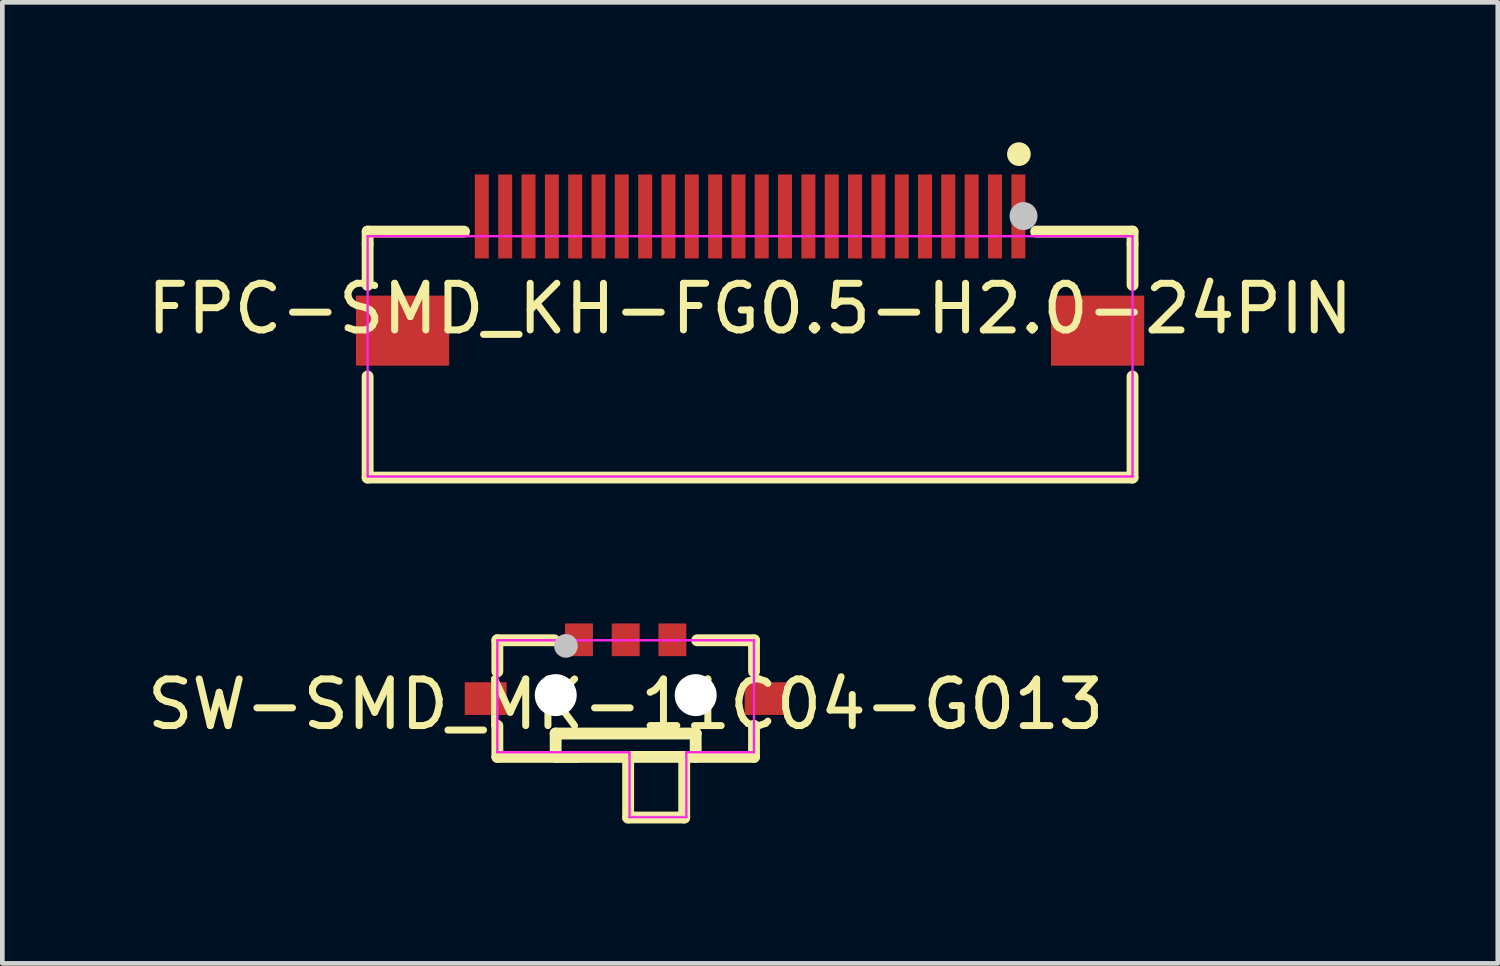
<source format=kicad_pcb>
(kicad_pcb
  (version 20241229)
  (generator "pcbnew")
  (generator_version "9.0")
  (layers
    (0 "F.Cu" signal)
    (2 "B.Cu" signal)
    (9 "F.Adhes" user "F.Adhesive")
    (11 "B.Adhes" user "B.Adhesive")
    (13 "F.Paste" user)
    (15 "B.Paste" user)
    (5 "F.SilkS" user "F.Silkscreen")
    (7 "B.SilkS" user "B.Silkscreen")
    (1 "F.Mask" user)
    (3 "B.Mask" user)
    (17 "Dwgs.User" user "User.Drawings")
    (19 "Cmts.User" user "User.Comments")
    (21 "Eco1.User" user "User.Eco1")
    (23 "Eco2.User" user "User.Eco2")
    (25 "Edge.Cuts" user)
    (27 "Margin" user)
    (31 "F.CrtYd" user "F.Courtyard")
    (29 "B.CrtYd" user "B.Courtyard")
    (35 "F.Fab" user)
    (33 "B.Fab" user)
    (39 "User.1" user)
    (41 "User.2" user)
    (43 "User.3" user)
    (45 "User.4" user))
  (footprint "SW-SMD_MK-11C04-G013"
    (layer "F.Cu")
    (at 10.363 11.296)
    (property "Reference" "SW-SMD_MK-11C04-G013" (at 0 0.754 0) (layer "F.SilkS") (effects (font (size 1 1) (thickness 0.15))))
    (attr through_hole)
    (fp_line (start -2.751 -0.62) (end -1.532 -0.62) (stroke (width 0.254) (type solid)) (layer "F.SilkS"))
    (fp_line (start -2.751 0.048) (end -2.751 -0.62) (stroke (width 0.254) (type solid)) (layer "F.SilkS"))
    (fp_line (start -2.751 1.88) (end -2.751 1.212) (stroke (width 0.254) (type solid)) (layer "F.SilkS"))
    (fp_line (start -2.751 1.88) (end 2.751 1.88) (stroke (width 0.254) (type solid)) (layer "F.SilkS"))
    (fp_line (start -1.501 1.379) (end 1.501 1.379) (stroke (width 0.254) (type solid)) (layer "F.SilkS"))
    (fp_line (start -1.501 1.88) (end -1.501 1.379) (stroke (width 0.254) (type solid)) (layer "F.SilkS"))
    (fp_line (start -1.052 1.88) (end -1.501 1.88) (stroke (width 0.254) (type solid)) (layer "F.SilkS"))
    (fp_line (start 0.053 1.88) (end 0.053 3.18) (stroke (width 0.254) (type solid)) (layer "F.SilkS"))
    (fp_line (start 0.053 3.18) (end 1.255 3.18) (stroke (width 0.254) (type solid)) (layer "F.SilkS"))
    (fp_line (start 1.255 3.18) (end 1.255 1.88) (stroke (width 0.254) (type solid)) (layer "F.SilkS"))
    (fp_line (start 1.501 1.379) (end 1.501 1.88) (stroke (width 0.254) (type solid)) (layer "F.SilkS"))
    (fp_line (start 1.532 -0.62) (end 2.751 -0.62) (stroke (width 0.254) (type solid)) (layer "F.SilkS"))
    (fp_line (start 2.751 -0.62) (end 2.751 0.048) (stroke (width 0.254) (type solid)) (layer "F.SilkS"))
    (fp_line (start 2.751 1.212) (end 2.751 1.88) (stroke (width 0.254) (type solid)) (layer "F.SilkS"))
    (fp_circle (center -1.28 -0.5) (end -1.153 -0.5) (stroke (width 0.254) (type solid)) (fill no) (layer "Dwgs.User"))
    (fp_poly (pts (xy 0.061 1.92) (xy 1.28 1.92) (xy 1.29 1.93) (xy 1.29 3.15) (xy 0.071 3.15) (xy 0.061 3.139)) (stroke (width 0.005) (type solid)) (fill no) (layer "Dwgs.User"))
    (fp_poly (pts (xy -2.649 0.831) (xy -3.251 0.831) (xy -3.251 0.429) (xy -2.649 0.429)) (stroke (width 0.005) (type solid)) (fill no) (layer "Eco2.User"))
    (fp_poly (pts (xy -0.8 -0.759) (xy -0.8 -0.361) (xy -1.199 -0.361) (xy -1.199 -0.759)) (stroke (width 0.005) (type solid)) (fill no) (layer "Eco2.User"))
    (fp_poly (pts (xy 0.201 -0.759) (xy 0.201 -0.361) (xy -0.201 -0.361) (xy -0.201 -0.759)) (stroke (width 0.005) (type solid)) (fill no) (layer "Eco2.User"))
    (fp_poly (pts (xy 1.199 -0.759) (xy 1.199 -0.361) (xy 0.8 -0.361) (xy 0.8 -0.759)) (stroke (width 0.005) (type solid)) (fill no) (layer "Eco2.User"))
    (fp_poly (pts (xy 3.251 0.831) (xy 2.649 0.831) (xy 2.649 0.429) (xy 3.251 0.429)) (stroke (width 0.005) (type solid)) (fill no) (layer "Eco2.User"))
    (fp_poly (pts (xy -3.19 -0.759) (xy -3.191 -0.771) (xy -3.195 -0.783) (xy -3.2 -0.793) (xy -3.208 -0.803) (xy -3.217 -0.81) (xy -3.228 -0.816) (xy -3.239 -0.819) (xy -3.251 -0.82) (xy -3.263 -0.819) (xy -3.275 -0.816) (xy -3.285 -0.81) (xy -3.294 -0.803) (xy -3.302 -0.793) (xy -3.308 -0.783) (xy -3.311 -0.771) (xy -3.312 -0.759) (xy -3.311 -0.748) (xy -3.308 -0.736) (xy -3.302 -0.726) (xy -3.294 -0.716) (xy -3.285 -0.709) (xy -3.275 -0.703) (xy -3.263 -0.7) (xy -3.251 -0.699) (xy -3.239 -0.7) (xy -3.228 -0.703) (xy -3.217 -0.709) (xy -3.208 -0.716) (xy -3.2 -0.726) (xy -3.195 -0.736) (xy -3.191 -0.748)) (stroke (width 0.005) (type solid)) (fill no) (layer "Eco2.User"))
    (fp_line (start -2.751 -0.62) (end 2.751 -0.62) (stroke (width 0.051) (type solid)) (layer "F.CrtYd"))
    (fp_line (start -2.751 1.78) (end -2.751 -0.62) (stroke (width 0.051) (type solid)) (layer "F.CrtYd"))
    (fp_line (start 0.081 1.78) (end -2.751 1.78) (stroke (width 0.051) (type solid)) (layer "F.CrtYd"))
    (fp_line (start 0.081 3.17) (end 0.081 1.78) (stroke (width 0.051) (type solid)) (layer "F.CrtYd"))
    (fp_line (start 1.3 1.78) (end 1.3 3.17) (stroke (width 0.051) (type solid)) (layer "F.CrtYd"))
    (fp_line (start 1.3 3.17) (end 0.081 3.17) (stroke (width 0.051) (type solid)) (layer "F.CrtYd"))
    (fp_line (start 2.751 -0.62) (end 2.751 1.78) (stroke (width 0.051) (type solid)) (layer "F.CrtYd"))
    (fp_line (start 2.751 1.78) (end 1.3 1.78) (stroke (width 0.051) (type solid)) (layer "F.CrtYd"))
    (pad "" np_thru_hole circle (at -1.499 0.556) (size 0.899 0.899) (drill 0.899) (layers "*.Cu" "*.Mask"))
    (pad "" np_thru_hole circle (at 1.501 0.556) (size 0.899 0.899) (drill 0.899) (layers "*.Cu" "*.Mask"))
    (pad "1" smd rect (at -1.001 -0.63 90) (size 0.701 0.599) (layers "F.Cu" "F.Mask" "F.Paste"))
    (pad "2" smd rect (at 1.001 -0.63 90) (size 0.701 0.599) (layers "F.Cu" "F.Mask" "F.Paste"))
    (pad "4" smd rect (at 3 0.63 180) (size 0.899 0.701) (layers "F.Cu" "F.Mask" "F.Paste"))
    (pad "5" smd rect (at -3 0.63 180) (size 0.899 0.701) (layers "F.Cu" "F.Mask" "F.Paste"))
    (pad "C" smd rect (at 0 -0.63 90) (size 0.701 0.599) (layers "F.Cu" "F.Mask" "F.Paste")))
  (footprint "FPC-SMD_KH-FG0.5-H2.0-24PIN"
    (layer "F.Cu")
    (at 13.03 2.814)
    (property "Reference" "FPC-SMD_KH-FG0.5-H2.0-24PIN" (at 0 0.754 0) (layer "F.SilkS") (effects (font (size 1 1) (thickness 0.15))))
    (attr through_hole)
    (fp_line (start -8.199 -0.899) (end -8.199 -0.625) (stroke (width 0.254) (type solid)) (layer "F.SilkS"))
    (fp_line (start -8.199 0.244) (end -8.199 -0.625) (stroke (width 0.254) (type solid)) (layer "F.SilkS"))
    (fp_line (start -8.199 4.374) (end -8.199 2.207) (stroke (width 0.254) (type solid)) (layer "F.SilkS"))
    (fp_line (start -8.199 4.374) (end 8.199 4.374) (stroke (width 0.254) (type solid)) (layer "F.SilkS"))
    (fp_line (start -6.132 -0.899) (end -8.199 -0.899) (stroke (width 0.254) (type solid)) (layer "F.SilkS"))
    (fp_line (start 8.199 -0.899) (end 6.132 -0.899) (stroke (width 0.254) (type solid)) (layer "F.SilkS"))
    (fp_line (start 8.199 -0.625) (end 8.199 -0.899) (stroke (width 0.254) (type solid)) (layer "F.SilkS"))
    (fp_line (start 8.199 0.244) (end 8.199 -0.625) (stroke (width 0.254) (type solid)) (layer "F.SilkS"))
    (fp_line (start 8.199 4.374) (end 8.199 2.207) (stroke (width 0.254) (type solid)) (layer "F.SilkS"))
    (fp_circle (center 5.763 -2.56) (end 5.89 -2.56) (stroke (width 0.254) (type solid)) (fill no) (layer "F.SilkS"))
    (fp_circle (center 5.862 -1.232) (end 6.012 -1.232) (stroke (width 0.3) (type solid)) (fill no) (layer "Dwgs.User"))
    (fp_poly (pts (xy -7.95 1.699) (xy -7.95 0.701) (xy -6.551 0.701) (xy -6.551 1.699)) (stroke (width 0.005) (type solid)) (fill no) (layer "Eco2.User"))
    (fp_poly (pts (xy -5.649 -0.45) (xy -5.85 -0.45) (xy -5.85 -1.651) (xy -5.649 -1.651)) (stroke (width 0.005) (type solid)) (fill no) (layer "Eco2.User"))
    (fp_poly (pts (xy -5.149 -0.45) (xy -5.349 -0.45) (xy -5.349 -1.651) (xy -5.149 -1.651)) (stroke (width 0.005) (type solid)) (fill no) (layer "Eco2.User"))
    (fp_poly (pts (xy -4.651 -0.45) (xy -4.849 -0.45) (xy -4.849 -1.651) (xy -4.651 -1.651)) (stroke (width 0.005) (type solid)) (fill no) (layer "Eco2.User"))
    (fp_poly (pts (xy -4.15 -0.45) (xy -4.351 -0.45) (xy -4.351 -1.651) (xy -4.15 -1.651)) (stroke (width 0.005) (type solid)) (fill no) (layer "Eco2.User"))
    (fp_poly (pts (xy -3.65 -0.45) (xy -3.851 -0.45) (xy -3.851 -1.651) (xy -3.65 -1.651)) (stroke (width 0.005) (type solid)) (fill no) (layer "Eco2.User"))
    (fp_poly (pts (xy -3.15 -0.45) (xy -3.35 -0.45) (xy -3.35 -1.651) (xy -3.15 -1.651)) (stroke (width 0.005) (type solid)) (fill no) (layer "Eco2.User"))
    (fp_poly (pts (xy -2.649 -0.45) (xy -2.85 -0.45) (xy -2.85 -1.651) (xy -2.649 -1.651)) (stroke (width 0.005) (type solid)) (fill no) (layer "Eco2.User"))
    (fp_poly (pts (xy -2.149 -0.45) (xy -2.349 -0.45) (xy -2.349 -1.651) (xy -2.149 -1.651)) (stroke (width 0.005) (type solid)) (fill no) (layer "Eco2.User"))
    (fp_poly (pts (xy -1.651 -0.45) (xy -1.849 -0.45) (xy -1.849 -1.651) (xy -1.651 -1.651)) (stroke (width 0.005) (type solid)) (fill no) (layer "Eco2.User"))
    (fp_poly (pts (xy -1.151 -0.45) (xy -1.349 -0.45) (xy -1.349 -1.651) (xy -1.151 -1.651)) (stroke (width 0.005) (type solid)) (fill no) (layer "Eco2.User"))
    (fp_poly (pts (xy -0.65 -0.45) (xy -0.851 -0.45) (xy -0.851 -1.651) (xy -0.65 -1.651)) (stroke (width 0.005) (type solid)) (fill no) (layer "Eco2.User"))
    (fp_poly (pts (xy -0.15 -0.45) (xy -0.35 -0.45) (xy -0.35 -1.651) (xy -0.15 -1.651)) (stroke (width 0.005) (type solid)) (fill no) (layer "Eco2.User"))
    (fp_poly (pts (xy 0.35 -0.45) (xy 0.15 -0.45) (xy 0.15 -1.651) (xy 0.35 -1.651)) (stroke (width 0.005) (type solid)) (fill no) (layer "Eco2.User"))
    (fp_poly (pts (xy 0.851 -0.45) (xy 0.65 -0.45) (xy 0.65 -1.651) (xy 0.851 -1.651)) (stroke (width 0.005) (type solid)) (fill no) (layer "Eco2.User"))
    (fp_poly (pts (xy 1.351 -0.45) (xy 1.151 -0.45) (xy 1.151 -1.651) (xy 1.351 -1.651)) (stroke (width 0.005) (type solid)) (fill no) (layer "Eco2.User"))
    (fp_poly (pts (xy 1.849 -0.45) (xy 1.651 -0.45) (xy 1.651 -1.651) (xy 1.849 -1.651)) (stroke (width 0.005) (type solid)) (fill no) (layer "Eco2.User"))
    (fp_poly (pts (xy 2.349 -0.45) (xy 2.149 -0.45) (xy 2.149 -1.651) (xy 2.349 -1.651)) (stroke (width 0.005) (type solid)) (fill no) (layer "Eco2.User"))
    (fp_poly (pts (xy 2.85 -0.45) (xy 2.649 -0.45) (xy 2.649 -1.651) (xy 2.85 -1.651)) (stroke (width 0.005) (type solid)) (fill no) (layer "Eco2.User"))
    (fp_poly (pts (xy 3.35 -0.45) (xy 3.15 -0.45) (xy 3.15 -1.651) (xy 3.35 -1.651)) (stroke (width 0.005) (type solid)) (fill no) (layer "Eco2.User"))
    (fp_poly (pts (xy 3.851 -0.45) (xy 3.65 -0.45) (xy 3.65 -1.651) (xy 3.851 -1.651)) (stroke (width 0.005) (type solid)) (fill no) (layer "Eco2.User"))
    (fp_poly (pts (xy 4.351 -0.45) (xy 4.15 -0.45) (xy 4.15 -1.651) (xy 4.351 -1.651)) (stroke (width 0.005) (type solid)) (fill no) (layer "Eco2.User"))
    (fp_poly (pts (xy 4.849 -0.45) (xy 4.651 -0.45) (xy 4.651 -1.651) (xy 4.849 -1.651)) (stroke (width 0.005) (type solid)) (fill no) (layer "Eco2.User"))
    (fp_poly (pts (xy 5.349 -0.45) (xy 5.151 -0.45) (xy 5.151 -1.651) (xy 5.349 -1.651)) (stroke (width 0.005) (type solid)) (fill no) (layer "Eco2.User"))
    (fp_poly (pts (xy 5.85 -0.45) (xy 5.649 -0.45) (xy 5.649 -1.651) (xy 5.85 -1.651)) (stroke (width 0.005) (type solid)) (fill no) (layer "Eco2.User"))
    (fp_poly (pts (xy 6.551 1.699) (xy 6.551 0.701) (xy 7.95 0.701) (xy 7.95 1.699)) (stroke (width 0.005) (type solid)) (fill no) (layer "Eco2.User"))
    (fp_poly (pts (xy 8.26 -1.651) (xy 8.259 -1.663) (xy 8.255 -1.674) (xy 8.25 -1.685) (xy 8.242 -1.694) (xy 8.233 -1.702) (xy 8.222 -1.707) (xy 8.211 -1.711) (xy 8.199 -1.712) (xy 8.187 -1.711) (xy 8.176 -1.707) (xy 8.165 -1.702) (xy 8.156 -1.694) (xy 8.148 -1.685) (xy 8.143 -1.674) (xy 8.139 -1.663) (xy 8.138 -1.651) (xy 8.139 -1.639) (xy 8.143 -1.628) (xy 8.148 -1.617) (xy 8.156 -1.608) (xy 8.165 -1.6) (xy 8.176 -1.595) (xy 8.187 -1.591) (xy 8.199 -1.59) (xy 8.211 -1.591) (xy 8.222 -1.595) (xy 8.233 -1.6) (xy 8.242 -1.608) (xy 8.25 -1.617) (xy 8.255 -1.628) (xy 8.259 -1.639)) (stroke (width 0.005) (type solid)) (fill no) (layer "Eco2.User"))
    (fp_line (start -8.199 -0.8) (end 8.199 -0.8) (stroke (width 0.051) (type solid)) (layer "F.CrtYd"))
    (fp_line (start -8.199 4.351) (end -8.199 -0.8) (stroke (width 0.051) (type solid)) (layer "F.CrtYd"))
    (fp_line (start 8.199 -0.8) (end 8.199 4.351) (stroke (width 0.051) (type solid)) (layer "F.CrtYd"))
    (fp_line (start 8.199 4.351) (end -8.199 4.351) (stroke (width 0.051) (type solid)) (layer "F.CrtYd"))
    (pad "1" smd rect (at 5.751 -1.224 180) (size 0.3 1.801) (layers "F.Cu" "F.Mask" "F.Paste"))
    (pad "2" smd rect (at 5.25 -1.224 180) (size 0.3 1.801) (layers "F.Cu" "F.Mask" "F.Paste"))
    (pad "3" smd rect (at 4.75 -1.224 180) (size 0.3 1.801) (layers "F.Cu" "F.Mask" "F.Paste"))
    (pad "4" smd rect (at 4.249 -1.224 180) (size 0.3 1.801) (layers "F.Cu" "F.Mask" "F.Paste"))
    (pad "5" smd rect (at 3.749 -1.224 180) (size 0.3 1.801) (layers "F.Cu" "F.Mask" "F.Paste"))
    (pad "6" smd rect (at 3.251 -1.224 180) (size 0.3 1.801) (layers "F.Cu" "F.Mask" "F.Paste"))
    (pad "7" smd rect (at 2.751 -1.224 180) (size 0.3 1.801) (layers "F.Cu" "F.Mask" "F.Paste"))
    (pad "8" smd rect (at 2.25 -1.224 180) (size 0.3 1.801) (layers "F.Cu" "F.Mask" "F.Paste"))
    (pad "9" smd rect (at 1.75 -1.224 180) (size 0.3 1.801) (layers "F.Cu" "F.Mask" "F.Paste"))
    (pad "10" smd rect (at 1.25 -1.224 180) (size 0.3 1.801) (layers "F.Cu" "F.Mask" "F.Paste"))
    (pad "11" smd rect (at 0.749 -1.224 180) (size 0.3 1.801) (layers "F.Cu" "F.Mask" "F.Paste"))
    (pad "12" smd rect (at 0.249 -1.224 180) (size 0.3 1.801) (layers "F.Cu" "F.Mask" "F.Paste"))
    (pad "13" smd rect (at -0.249 -1.224 180) (size 0.3 1.801) (layers "F.Cu" "F.Mask" "F.Paste"))
    (pad "14" smd rect (at -0.749 -1.224 180) (size 0.3 1.801) (layers "F.Cu" "F.Mask" "F.Paste"))
    (pad "15" smd rect (at -1.25 -1.224 180) (size 0.3 1.801) (layers "F.Cu" "F.Mask" "F.Paste"))
    (pad "16" smd rect (at -1.75 -1.224 180) (size 0.3 1.801) (layers "F.Cu" "F.Mask" "F.Paste"))
    (pad "17" smd rect (at -2.25 -1.224 180) (size 0.3 1.801) (layers "F.Cu" "F.Mask" "F.Paste"))
    (pad "18" smd rect (at -2.751 -1.224 180) (size 0.3 1.801) (layers "F.Cu" "F.Mask" "F.Paste"))
    (pad "19" smd rect (at -3.249 -1.224 180) (size 0.3 1.801) (layers "F.Cu" "F.Mask" "F.Paste"))
    (pad "20" smd rect (at -3.749 -1.224 180) (size 0.3 1.801) (layers "F.Cu" "F.Mask" "F.Paste"))
    (pad "21" smd rect (at -4.249 -1.224 180) (size 0.3 1.801) (layers "F.Cu" "F.Mask" "F.Paste"))
    (pad "22" smd rect (at -4.75 -1.224 180) (size 0.3 1.801) (layers "F.Cu" "F.Mask" "F.Paste"))
    (pad "23" smd rect (at -5.25 -1.224 180) (size 0.3 1.801) (layers "F.Cu" "F.Mask" "F.Paste"))
    (pad "24" smd rect (at -5.751 -1.224 180) (size 0.3 1.801) (layers "F.Cu" "F.Mask" "F.Paste"))
    (pad "25" smd rect (at -7.45 1.224 270) (size 1.501 1.999) (layers "F.Cu" "F.Mask" "F.Paste"))
    (pad "26" smd rect (at 7.45 1.224 270) (size 1.501 1.999) (layers "F.Cu" "F.Mask" "F.Paste")))
  (gr_rect
    (start -3 -3)
    (end 29.059 17.603)
    (stroke (width 0.1) (type default))
    (fill no)
    (layer "Edge.Cuts")))
</source>
